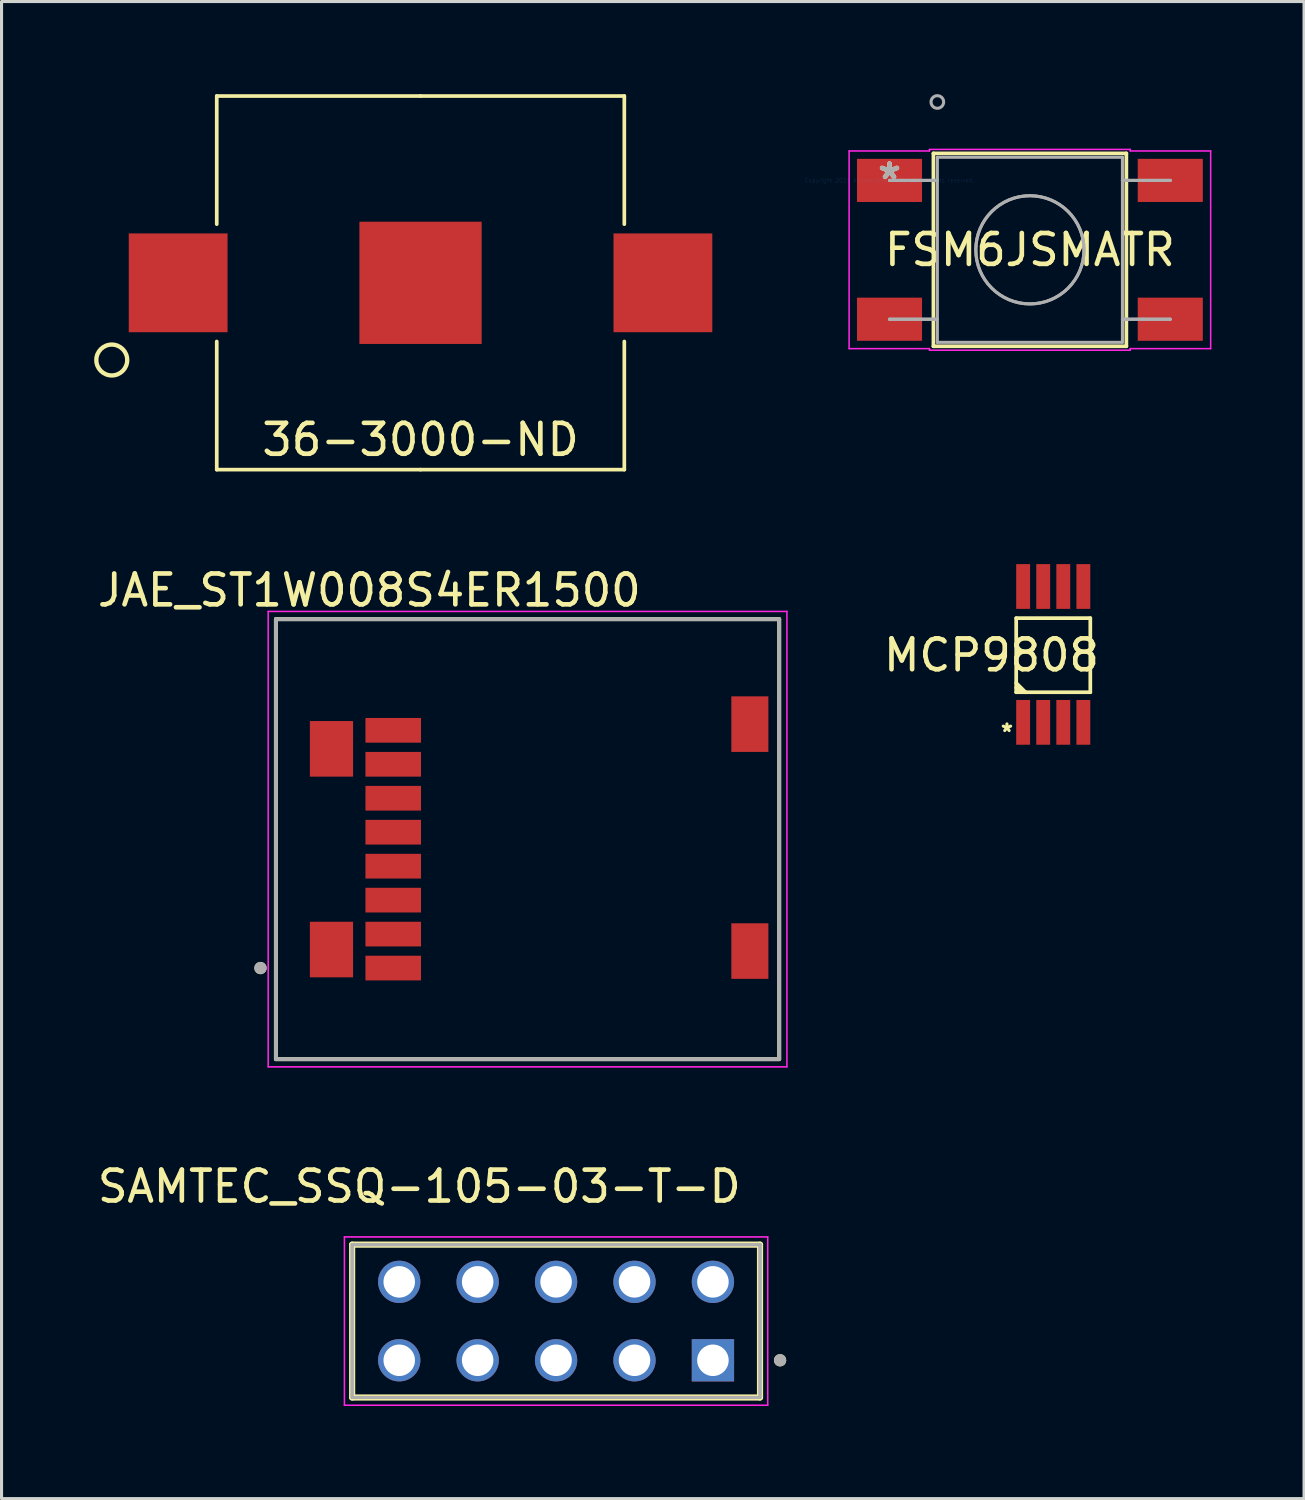
<source format=kicad_pcb>
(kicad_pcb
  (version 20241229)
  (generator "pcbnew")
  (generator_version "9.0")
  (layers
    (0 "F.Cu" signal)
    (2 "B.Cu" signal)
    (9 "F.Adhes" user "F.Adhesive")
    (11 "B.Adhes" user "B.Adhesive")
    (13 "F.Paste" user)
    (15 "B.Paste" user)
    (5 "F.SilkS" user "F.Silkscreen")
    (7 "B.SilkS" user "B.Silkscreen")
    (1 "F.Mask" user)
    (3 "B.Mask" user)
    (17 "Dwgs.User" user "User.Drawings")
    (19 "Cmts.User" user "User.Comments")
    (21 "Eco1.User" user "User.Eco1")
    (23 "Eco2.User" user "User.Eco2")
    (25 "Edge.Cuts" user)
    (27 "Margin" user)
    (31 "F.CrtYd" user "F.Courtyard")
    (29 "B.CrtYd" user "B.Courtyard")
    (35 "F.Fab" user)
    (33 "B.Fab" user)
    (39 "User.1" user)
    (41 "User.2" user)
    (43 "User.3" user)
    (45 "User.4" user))
  (footprint "36-3000-ND"
    (layer "F.Cu")
    (at 10.57 6.11)
    (property "Reference" "36-3000-ND" (at 0 5.08 0) (layer "F.SilkS") (effects (font (size 1 1) (thickness 0.15))))
    (attr through_hole)
    (fp_line (start -6.6 -1.9) (end -6.6 -6.05) (stroke (width 0.12) (type solid)) (layer "F.SilkS"))
    (fp_line (start -6.6 6.05) (end -6.6 1.9) (stroke (width 0.12) (type solid)) (layer "F.SilkS"))
    (fp_line (start 0 -6.05) (end -6.6 -6.05) (stroke (width 0.12) (type solid)) (layer "F.SilkS"))
    (fp_line (start 0 -6.05) (end 6.6 -6.05) (stroke (width 0.12) (type solid)) (layer "F.SilkS"))
    (fp_line (start 0 6.05) (end -6.6 6.05) (stroke (width 0.12) (type solid)) (layer "F.SilkS"))
    (fp_line (start 0 6.05) (end 6.6 6.05) (stroke (width 0.12) (type solid)) (layer "F.SilkS"))
    (fp_line (start 6.6 -1.9) (end 6.6 -6.05) (stroke (width 0.12) (type solid)) (layer "F.SilkS"))
    (fp_line (start 6.6 6.05) (end 6.6 1.9) (stroke (width 0.12) (type solid)) (layer "F.SilkS"))
    (fp_circle (center -10 2.5) (end -9.5 2.5) (stroke (width 0.14) (type solid)) (fill no) (layer "F.SilkS"))
    (pad "1" smd rect (at -7.85 0) (size 3.2 3.2) (layers "F.Cu" "F.Mask" "F.Paste"))
    (pad "2" smd rect (at 0 0) (size 3.96 3.96) (layers "F.Cu" "F.Mask" "F.Paste"))
    (pad "3" smd rect (at 7.85 0) (size 3.2 3.2) (layers "F.Cu" "F.Mask" "F.Paste")))
  (footprint "JAE_ST1W008S4ER1500"
    (layer "F.Cu")
    (at 13.686 24.453)
    (property "Reference" "JAE_ST1W008S4ER1500" (at -4.775 -8.385 0) (layer "F.SilkS") (effects (font (size 1 1) (thickness 0.15))))
    (attr through_hole)
    (fp_line (start -7.8 -7.45) (end 8.5 -7.45) (stroke (width 0.127) (type solid)) (layer "F.SilkS"))
    (fp_line (start -7.8 6.8) (end -7.8 -7.45) (stroke (width 0.127) (type solid)) (layer "F.SilkS"))
    (fp_line (start 8.5 -7.45) (end 8.5 6.8) (stroke (width 0.127) (type solid)) (layer "F.SilkS"))
    (fp_line (start 8.5 6.8) (end -7.8 6.8) (stroke (width 0.127) (type solid)) (layer "F.SilkS"))
    (fp_circle (center -8.3 3.85) (end -8.2 3.85) (stroke (width 0.2) (type solid)) (fill no) (layer "F.SilkS"))
    (fp_line (start -8.05 -7.7) (end 8.75 -7.7) (stroke (width 0.05) (type solid)) (layer "F.CrtYd"))
    (fp_line (start -8.05 7.05) (end -8.05 -7.7) (stroke (width 0.05) (type solid)) (layer "F.CrtYd"))
    (fp_line (start 8.75 -7.7) (end 8.75 7.05) (stroke (width 0.05) (type solid)) (layer "F.CrtYd"))
    (fp_line (start 8.75 7.05) (end -8.05 7.05) (stroke (width 0.05) (type solid)) (layer "F.CrtYd"))
    (fp_line (start -7.8 -7.45) (end 8.5 -7.45) (stroke (width 0.127) (type solid)) (layer "F.Fab"))
    (fp_line (start -7.8 6.8) (end -7.8 -7.45) (stroke (width 0.127) (type solid)) (layer "F.Fab"))
    (fp_line (start 8.5 -7.45) (end 8.5 6.8) (stroke (width 0.127) (type solid)) (layer "F.Fab"))
    (fp_line (start 8.5 6.8) (end -7.8 6.8) (stroke (width 0.127) (type solid)) (layer "F.Fab"))
    (fp_circle (center -8.3 3.85) (end -8.2 3.85) (stroke (width 0.2) (type solid)) (fill no) (layer "F.Fab"))
    (pad "1" smd rect (at -4 3.85) (size 1.8 0.8) (layers "F.Cu" "F.Mask" "F.Paste"))
    (pad "2" smd rect (at -4 2.75) (size 1.8 0.8) (layers "F.Cu" "F.Mask" "F.Paste"))
    (pad "3" smd rect (at -4 1.65) (size 1.8 0.8) (layers "F.Cu" "F.Mask" "F.Paste"))
    (pad "4" smd rect (at -4 0.55) (size 1.8 0.8) (layers "F.Cu" "F.Mask" "F.Paste"))
    (pad "5" smd rect (at -4 -0.55) (size 1.8 0.8) (layers "F.Cu" "F.Mask" "F.Paste"))
    (pad "6" smd rect (at -4 -1.65) (size 1.8 0.8) (layers "F.Cu" "F.Mask" "F.Paste"))
    (pad "7" smd rect (at -4 -2.75) (size 1.8 0.8) (layers "F.Cu" "F.Mask" "F.Paste"))
    (pad "8" smd rect (at -4 -3.85) (size 1.8 0.8) (layers "F.Cu" "F.Mask" "F.Paste"))
    (pad "GND1" smd rect (at 7.55 3.3) (size 1.2 1.8) (layers "F.Cu" "F.Mask" "F.Paste"))
    (pad "GND2" smd rect (at 7.55 -4.05) (size 1.2 1.8) (layers "F.Cu" "F.Mask" "F.Paste"))
    (pad "GND3" smd rect (at -6 3.25) (size 1.4 1.8) (layers "F.Cu" "F.Mask" "F.Paste"))
    (pad "GND4" smd rect (at -6 -3.25) (size 1.4 1.8) (layers "F.Cu" "F.Mask" "F.Paste")))
  (footprint "MCP9808"
    (layer "F.Cu")
    (at 31.062 18.17)
    (property "Reference" "MCP9808" (at -2 0 0) (layer "F.SilkS") (effects (font (size 1 1) (thickness 0.15))))
    (attr through_hole)
    (fp_line (start -1.2 -1.2) (end -1.2 1.2) (stroke (width 0.12) (type solid)) (layer "F.SilkS"))
    (fp_line (start -1.2 0.9) (end -0.9 1.2) (stroke (width 0.12) (type solid)) (layer "F.SilkS"))
    (fp_line (start -1.2 1.2) (end 1.2 1.2) (stroke (width 0.12) (type solid)) (layer "F.SilkS"))
    (fp_line (start -0.9 1.2) (end -1.2 1.05) (stroke (width 0.12) (type solid)) (layer "F.SilkS"))
    (fp_line (start 1.2 -1.2) (end -1.2 -1.2) (stroke (width 0.12) (type solid)) (layer "F.SilkS"))
    (fp_line (start 1.2 1.2) (end 1.2 -1.2) (stroke (width 0.12) (type solid)) (layer "F.SilkS"))
    (fp_text user "*" (at -1.5 2.5 0) (layer "F.SilkS") (effects (font (size 0.5 0.5) (thickness 0.1))))
    (pad "1" smd rect (at -0.975 2.175) (size 0.45 1.45) (layers "F.Cu" "F.Mask" "F.Paste"))
    (pad "2" smd rect (at -0.325 2.175) (size 0.45 1.45) (layers "F.Cu" "F.Mask" "F.Paste"))
    (pad "3" smd rect (at 0.325 2.175) (size 0.45 1.45) (layers "F.Cu" "F.Mask" "F.Paste"))
    (pad "4" smd rect (at 0.975 2.175) (size 0.45 1.45) (layers "F.Cu" "F.Mask" "F.Paste"))
    (pad "5" smd rect (at -0.975 -2.225) (size 0.45 1.45) (layers "F.Cu" "F.Mask" "F.Paste"))
    (pad "6" smd rect (at -0.325 -2.225) (size 0.45 1.45) (layers "F.Cu" "F.Mask" "F.Paste"))
    (pad "7" smd rect (at 0.325 -2.225) (size 0.45 1.45) (layers "F.Cu" "F.Mask" "F.Paste"))
    (pad "8" smd rect (at 0.975 -2.225) (size 0.45 1.45) (layers "F.Cu" "F.Mask" "F.Paste")))
  (footprint "FSM6JSMATR"
    (layer "F.Cu")
    (at 25.759 2.793)
    (property "Reference" "FSM6JSMATR" (at 4.547 2.248 0) (layer "F.SilkS") (effects (font (size 1 1) (thickness 0.15))))
    (attr through_hole)
    (fp_line (start 1.422 -0.876) (end 1.422 5.372) (stroke (width 0.12) (type solid)) (layer "F.SilkS"))
    (fp_line (start 1.422 5.372) (end 7.671 5.372) (stroke (width 0.12) (type solid)) (layer "F.SilkS"))
    (fp_line (start 7.671 -0.876) (end 1.422 -0.876) (stroke (width 0.12) (type solid)) (layer "F.SilkS"))
    (fp_line (start 7.671 5.372) (end 7.671 -0.876) (stroke (width 0.12) (type solid)) (layer "F.SilkS"))
    (fp_line (start -1.308 -0.953) (end 1.295 -0.953) (stroke (width 0.05) (type solid)) (layer "F.CrtYd"))
    (fp_line (start -1.308 5.448) (end -1.308 -0.953) (stroke (width 0.05) (type solid)) (layer "F.CrtYd"))
    (fp_line (start 1.295 -1.003) (end 7.798 -1.003) (stroke (width 0.05) (type solid)) (layer "F.CrtYd"))
    (fp_line (start 1.295 -0.953) (end 1.295 -1.003) (stroke (width 0.05) (type solid)) (layer "F.CrtYd"))
    (fp_line (start 1.295 5.448) (end -1.308 5.448) (stroke (width 0.05) (type solid)) (layer "F.CrtYd"))
    (fp_line (start 1.295 5.499) (end 1.295 5.448) (stroke (width 0.05) (type solid)) (layer "F.CrtYd"))
    (fp_line (start 7.798 -1.003) (end 7.798 -0.953) (stroke (width 0.05) (type solid)) (layer "F.CrtYd"))
    (fp_line (start 7.798 -0.953) (end 10.401 -0.953) (stroke (width 0.05) (type solid)) (layer "F.CrtYd"))
    (fp_line (start 7.798 5.448) (end 7.798 5.499) (stroke (width 0.05) (type solid)) (layer "F.CrtYd"))
    (fp_line (start 7.798 5.499) (end 1.295 5.499) (stroke (width 0.05) (type solid)) (layer "F.CrtYd"))
    (fp_line (start 10.401 -0.953) (end 10.401 5.448) (stroke (width 0.05) (type solid)) (layer "F.CrtYd"))
    (fp_line (start 10.401 5.448) (end 7.798 5.448) (stroke (width 0.05) (type solid)) (layer "F.CrtYd"))
    (fp_line (start 0 0) (end 0 0) (stroke (width 0.1) (type solid)) (layer "F.Fab"))
    (fp_line (start 0 0) (end 1.549 0) (stroke (width 0.1) (type solid)) (layer "F.Fab"))
    (fp_line (start 0 4.496) (end 0 4.496) (stroke (width 0.1) (type solid)) (layer "F.Fab"))
    (fp_line (start 0 4.496) (end 1.549 4.496) (stroke (width 0.1) (type solid)) (layer "F.Fab"))
    (fp_line (start 1.549 -0.749) (end 1.549 5.245) (stroke (width 0.1) (type solid)) (layer "F.Fab"))
    (fp_line (start 1.549 0) (end 0 0) (stroke (width 0.1) (type solid)) (layer "F.Fab"))
    (fp_line (start 1.549 0) (end 1.549 0) (stroke (width 0.1) (type solid)) (layer "F.Fab"))
    (fp_line (start 1.549 4.496) (end 0 4.496) (stroke (width 0.1) (type solid)) (layer "F.Fab"))
    (fp_line (start 1.549 4.496) (end 1.549 4.496) (stroke (width 0.1) (type solid)) (layer "F.Fab"))
    (fp_line (start 1.549 5.245) (end 7.544 5.245) (stroke (width 0.1) (type solid)) (layer "F.Fab"))
    (fp_line (start 7.544 -0.749) (end 1.549 -0.749) (stroke (width 0.1) (type solid)) (layer "F.Fab"))
    (fp_line (start 7.544 0) (end 7.544 0) (stroke (width 0.1) (type solid)) (layer "F.Fab"))
    (fp_line (start 7.544 0) (end 9.093 0) (stroke (width 0.1) (type solid)) (layer "F.Fab"))
    (fp_line (start 7.544 4.496) (end 7.544 4.496) (stroke (width 0.1) (type solid)) (layer "F.Fab"))
    (fp_line (start 7.544 4.496) (end 9.093 4.496) (stroke (width 0.1) (type solid)) (layer "F.Fab"))
    (fp_line (start 7.544 5.245) (end 7.544 -0.749) (stroke (width 0.1) (type solid)) (layer "F.Fab"))
    (fp_line (start 9.093 0) (end 7.544 0) (stroke (width 0.1) (type solid)) (layer "F.Fab"))
    (fp_line (start 9.093 0) (end 9.093 0) (stroke (width 0.1) (type solid)) (layer "F.Fab"))
    (fp_line (start 9.093 4.496) (end 7.544 4.496) (stroke (width 0.1) (type solid)) (layer "F.Fab"))
    (fp_line (start 9.093 4.496) (end 9.093 4.496) (stroke (width 0.1) (type solid)) (layer "F.Fab"))
    (fp_circle (center 1.549 -2.54) (end 1.753 -2.54) (stroke (width 0.1) (type solid)) (fill no) (layer "F.Fab"))
    (fp_circle (center 4.547 2.248) (end 6.299 2.248) (stroke (width 0.1) (type solid)) (fill no) (layer "F.Fab"))
    (fp_circle (center 4.547 2.248) (end 6.299 2.248) (stroke (width 0.1) (type solid)) (fill no) (layer "F.Fab"))
    (fp_text user "*" (at 0 0 0) (layer "F.SilkS") (effects (font (size 1 1) (thickness 0.15))))
    (fp_text user "Copyright 2021 Accelerated Designs. All rights reserved." (at 0 0 0) (layer "Cmts.User") (effects (font (size 0.127 0.127) (thickness 0.002))))
    (fp_text user "*" (at 0 0 0) (layer "F.Fab") (effects (font (size 1 1) (thickness 0.15))))
    (pad "1" smd rect (at 0 0) (size 2.108 1.397) (layers "F.Cu" "F.Mask" "F.Paste"))
    (pad "2" smd rect (at 0 4.496) (size 2.108 1.397) (layers "F.Cu" "F.Mask" "F.Paste"))
    (pad "3" smd rect (at 9.093 4.496) (size 2.108 1.397) (layers "F.Cu" "F.Mask" "F.Paste"))
    (pad "4" smd rect (at 9.093 0) (size 2.108 1.397) (layers "F.Cu" "F.Mask" "F.Paste")))
  (footprint "SAMTEC_SSQ-105-03-T-D"
    (layer "F.Cu")
    (at 14.96 39.736)
    (property "Reference" "SAMTEC_SSQ-105-03-T-D" (at -4.43 -4.36 0) (layer "F.SilkS") (effects (font (size 1 1) (thickness 0.15))))
    (attr through_hole)
    (fp_line (start -6.605 2.475) (end -6.605 -2.475) (stroke (width 0.2) (type solid)) (layer "F.SilkS"))
    (fp_line (start 6.605 -2.475) (end -6.605 -2.475) (stroke (width 0.2) (type solid)) (layer "F.SilkS"))
    (fp_line (start 6.605 -2.475) (end 6.605 2.475) (stroke (width 0.2) (type solid)) (layer "F.SilkS"))
    (fp_line (start 6.605 2.475) (end -6.605 2.475) (stroke (width 0.2) (type solid)) (layer "F.SilkS"))
    (fp_circle (center 7.255 1.27) (end 7.355 1.27) (stroke (width 0.2) (type solid)) (fill no) (layer "F.SilkS"))
    (fp_line (start -6.855 -2.725) (end 6.855 -2.725) (stroke (width 0.05) (type solid)) (layer "F.CrtYd"))
    (fp_line (start -6.855 2.725) (end -6.855 -2.725) (stroke (width 0.05) (type solid)) (layer "F.CrtYd"))
    (fp_line (start 6.855 -2.725) (end 6.855 2.725) (stroke (width 0.05) (type solid)) (layer "F.CrtYd"))
    (fp_line (start 6.855 2.725) (end -6.855 2.725) (stroke (width 0.05) (type solid)) (layer "F.CrtYd"))
    (fp_line (start -6.605 -2.475) (end 6.605 -2.475) (stroke (width 0.1) (type solid)) (layer "F.Fab"))
    (fp_line (start -6.605 -2.475) (end 6.605 -2.475) (stroke (width 0.1) (type solid)) (layer "F.Fab"))
    (fp_line (start -6.605 2.475) (end -6.605 -2.475) (stroke (width 0.1) (type solid)) (layer "F.Fab"))
    (fp_line (start -6.605 2.475) (end -6.605 -2.475) (stroke (width 0.1) (type solid)) (layer "F.Fab"))
    (fp_line (start 6.605 -2.475) (end 6.605 2.475) (stroke (width 0.1) (type solid)) (layer "F.Fab"))
    (fp_line (start 6.605 -2.475) (end 6.605 2.475) (stroke (width 0.1) (type solid)) (layer "F.Fab"))
    (fp_line (start 6.605 2.475) (end -6.605 2.475) (stroke (width 0.1) (type solid)) (layer "F.Fab"))
    (fp_circle (center 7.255 1.27) (end 7.355 1.27) (stroke (width 0.2) (type solid)) (fill no) (layer "F.Fab"))
    (pad "01" thru_hole rect (at 5.08 1.27) (size 1.37 1.37) (drill 1.02) (layers "*.Cu" "*.Mask"))
    (pad "02" thru_hole circle (at 5.08 -1.27) (size 1.37 1.37) (drill 1.02) (layers "*.Cu" "*.Mask"))
    (pad "03" thru_hole circle (at 2.54 1.27) (size 1.37 1.37) (drill 1.02) (layers "*.Cu" "*.Mask"))
    (pad "04" thru_hole circle (at 2.54 -1.27) (size 1.37 1.37) (drill 1.02) (layers "*.Cu" "*.Mask"))
    (pad "05" thru_hole circle (at 0 1.27) (size 1.37 1.37) (drill 1.02) (layers "*.Cu" "*.Mask"))
    (pad "06" thru_hole circle (at 0 -1.27) (size 1.37 1.37) (drill 1.02) (layers "*.Cu" "*.Mask"))
    (pad "07" thru_hole circle (at -2.54 1.27) (size 1.37 1.37) (drill 1.02) (layers "*.Cu" "*.Mask"))
    (pad "08" thru_hole circle (at -2.54 -1.27) (size 1.37 1.37) (drill 1.02) (layers "*.Cu" "*.Mask"))
    (pad "09" thru_hole circle (at -5.08 1.27) (size 1.37 1.37) (drill 1.02) (layers "*.Cu" "*.Mask"))
    (pad "10" thru_hole circle (at -5.08 -1.27) (size 1.37 1.37) (drill 1.02) (layers "*.Cu" "*.Mask")))
  (gr_rect
    (start -3 -3)
    (end 39.185 45.486)
    (stroke (width 0.1) (type default))
    (fill no)
    (layer "Edge.Cuts")))
</source>
